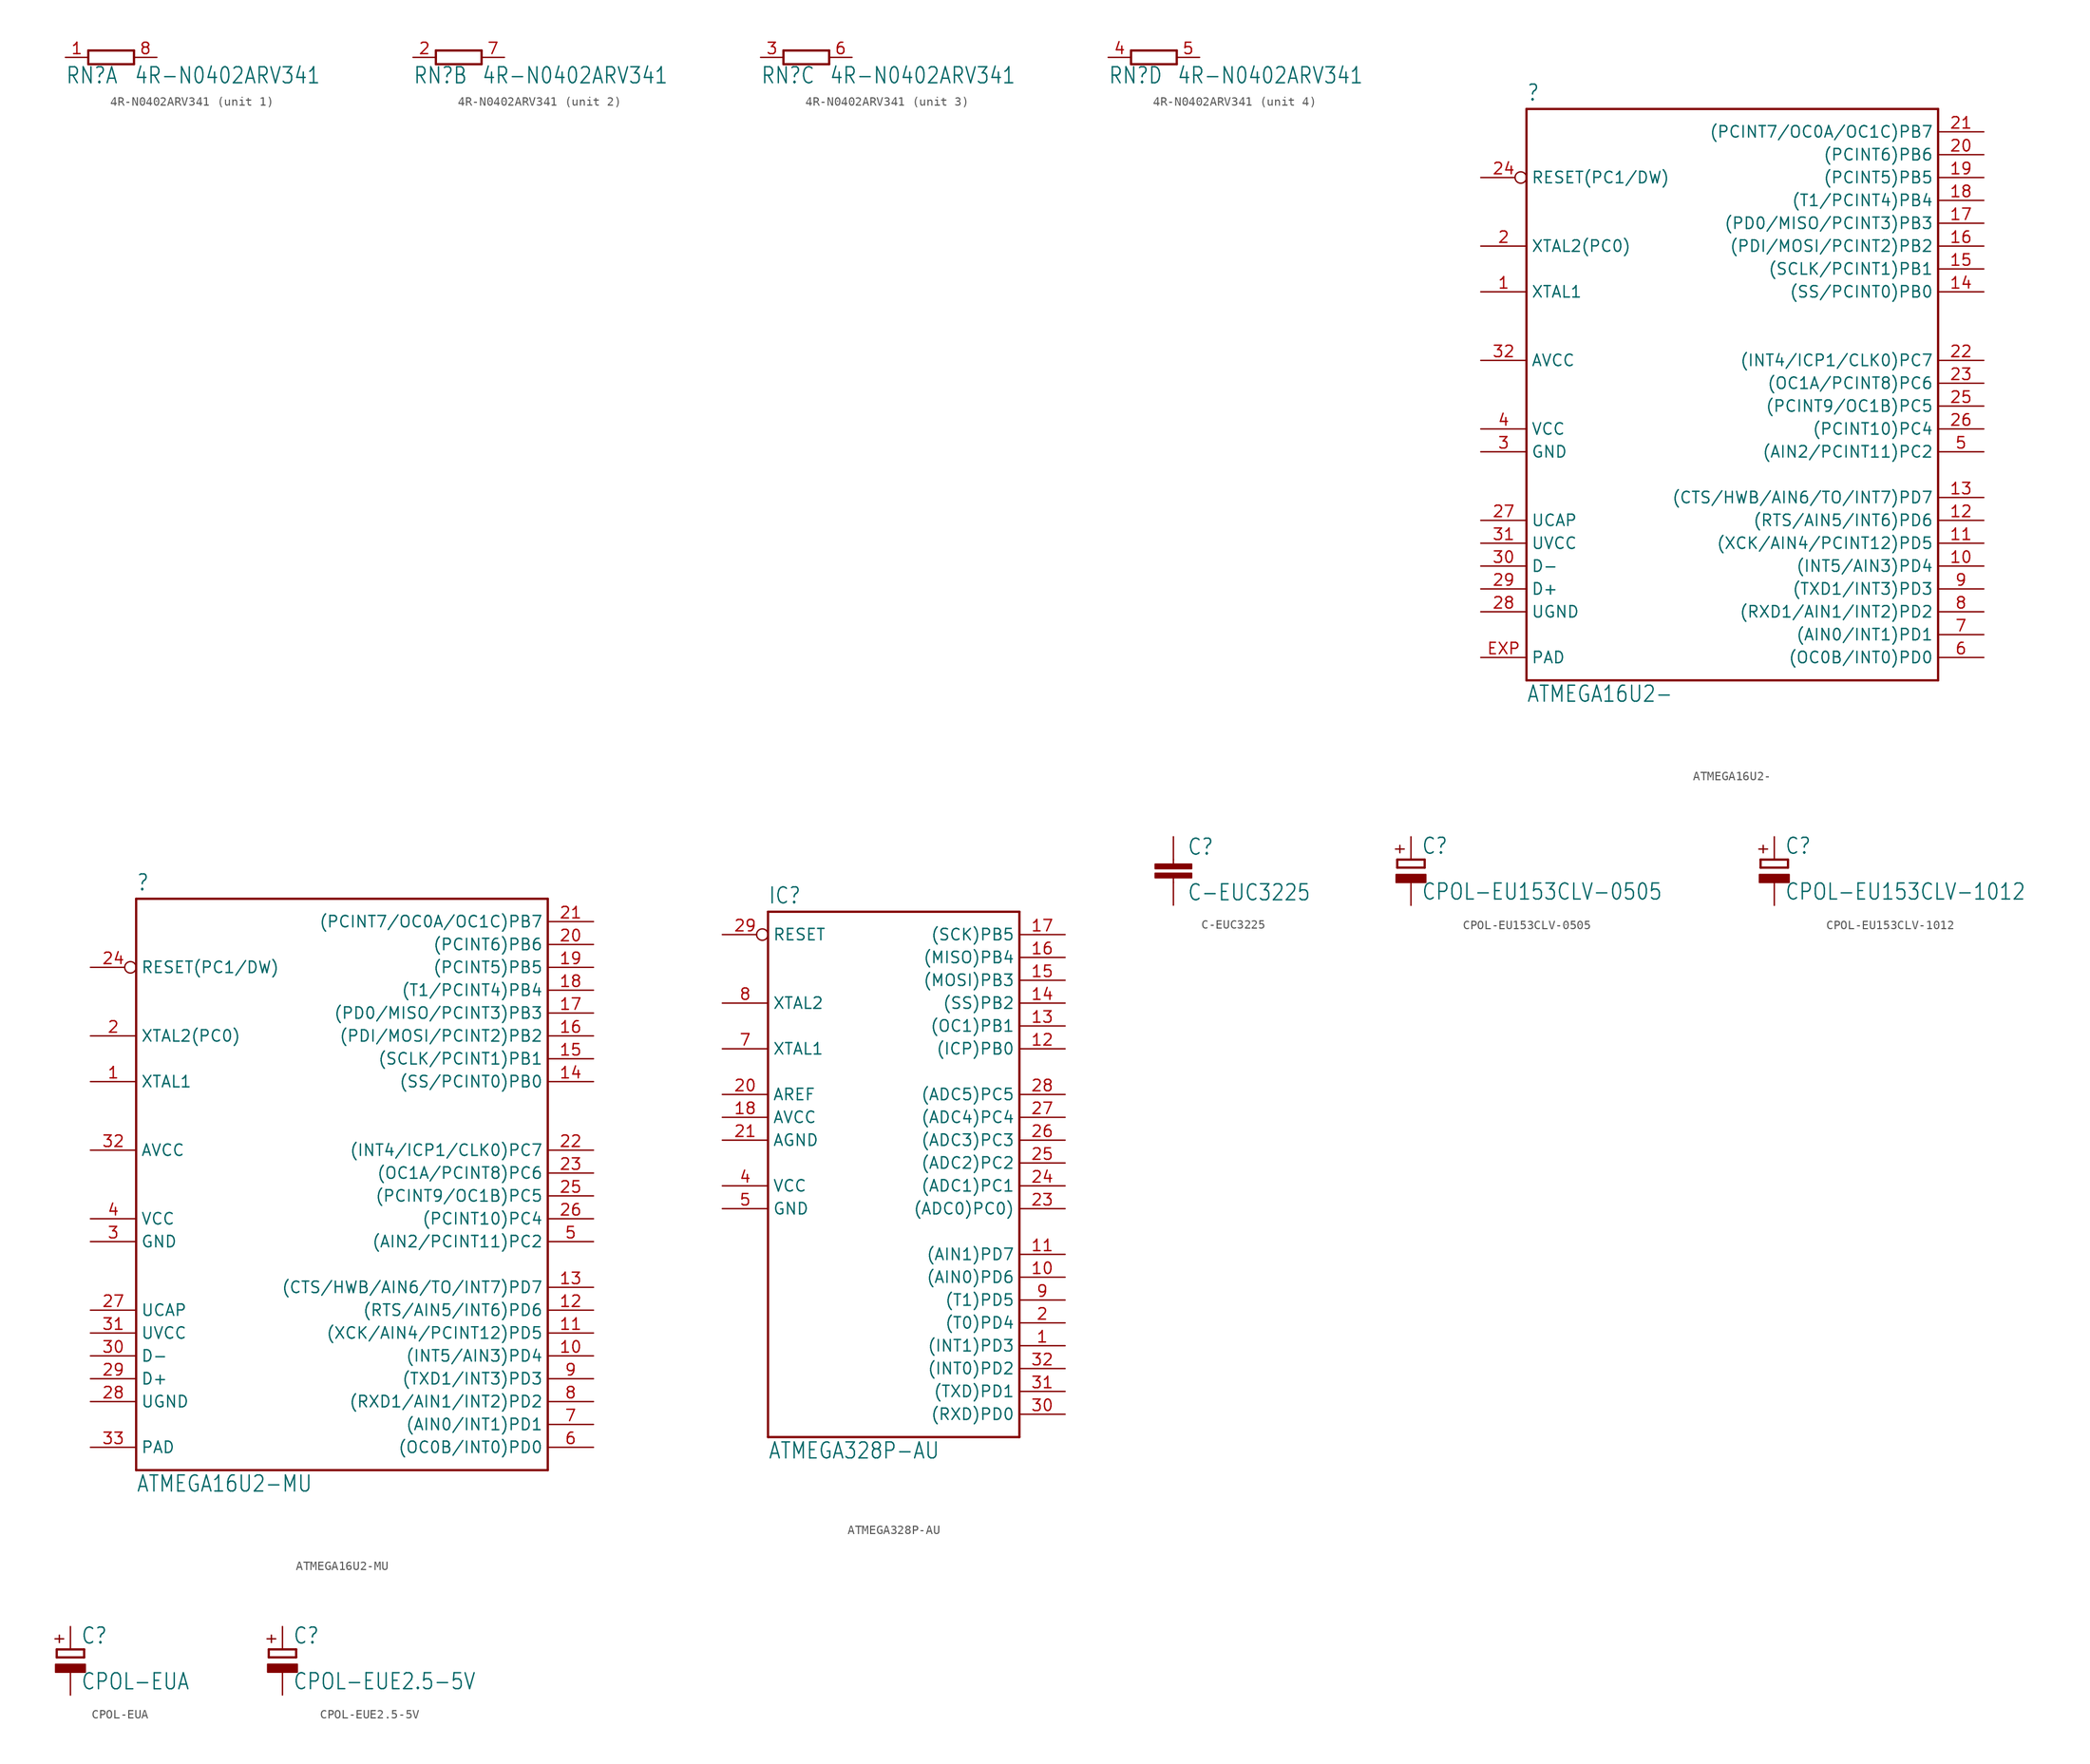
<source format=kicad_sym>
(kicad_symbol_lib
  (version 20211014)
  (generator kicad_symbol_editor)
  (symbol "4R-N0402ARV341"
    (property "Reference" "RN"
      (at -5.08 -3.048 0)
      (effects (font (size 1.778 1.511)) (justify left bottom)))
    (property "Value" "4R-N0402ARV341"
      (at 2.54 -3.048 0)
      (effects (font (size 1.778 1.511)) (justify left bottom)))
    (property "ki_locked" ""
      (at 0 0 0)
      (effects (font (size 1.27 1.27))))
    (symbol "4R-N0402ARV341_1_0"
      (polyline (pts (xy -2.54 -0.762) (xy 2.54 -0.762)) (stroke (width 0.254) (type default) (color 0 0 0 0)) (fill (type none)))
      (polyline (pts (xy -2.54 0.762) (xy -2.54 -0.762)) (stroke (width 0.254) (type default) (color 0 0 0 0)) (fill (type none)))
      (polyline (pts (xy 2.54 -0.762) (xy 2.54 0.762)) (stroke (width 0.254) (type default) (color 0 0 0 0)) (fill (type none)))
      (polyline (pts (xy 2.54 0.762) (xy -2.54 0.762)) (stroke (width 0.254) (type default) (color 0 0 0 0)) (fill (type none)))
      (pin passive line (at -5.08 0 0) (length 2.54) (name "1" (effects (font (size 0 0)))) (number "1" (effects (font (size 1.27 1.27)))))
      (pin passive line (at 5.08 0 180) (length 2.54) (name "2" (effects (font (size 0 0)))) (number "8" (effects (font (size 1.27 1.27))))))
    (symbol "4R-N0402ARV341_2_0"
      (polyline (pts (xy -2.54 -0.762) (xy 2.54 -0.762)) (stroke (width 0.254) (type default) (color 0 0 0 0)) (fill (type none)))
      (polyline (pts (xy -2.54 0.762) (xy -2.54 -0.762)) (stroke (width 0.254) (type default) (color 0 0 0 0)) (fill (type none)))
      (polyline (pts (xy 2.54 -0.762) (xy 2.54 0.762)) (stroke (width 0.254) (type default) (color 0 0 0 0)) (fill (type none)))
      (polyline (pts (xy 2.54 0.762) (xy -2.54 0.762)) (stroke (width 0.254) (type default) (color 0 0 0 0)) (fill (type none)))
      (pin passive line (at -5.08 0 0) (length 2.54) (name "1" (effects (font (size 0 0)))) (number "2" (effects (font (size 1.27 1.27)))))
      (pin passive line (at 5.08 0 180) (length 2.54) (name "2" (effects (font (size 0 0)))) (number "7" (effects (font (size 1.27 1.27))))))
    (symbol "4R-N0402ARV341_3_0"
      (polyline (pts (xy -2.54 -0.762) (xy 2.54 -0.762)) (stroke (width 0.254) (type default) (color 0 0 0 0)) (fill (type none)))
      (polyline (pts (xy -2.54 0.762) (xy -2.54 -0.762)) (stroke (width 0.254) (type default) (color 0 0 0 0)) (fill (type none)))
      (polyline (pts (xy 2.54 -0.762) (xy 2.54 0.762)) (stroke (width 0.254) (type default) (color 0 0 0 0)) (fill (type none)))
      (polyline (pts (xy 2.54 0.762) (xy -2.54 0.762)) (stroke (width 0.254) (type default) (color 0 0 0 0)) (fill (type none)))
      (pin passive line (at -5.08 0 0) (length 2.54) (name "1" (effects (font (size 0 0)))) (number "3" (effects (font (size 1.27 1.27)))))
      (pin passive line (at 5.08 0 180) (length 2.54) (name "2" (effects (font (size 0 0)))) (number "6" (effects (font (size 1.27 1.27))))))
    (symbol "4R-N0402ARV341_4_0"
      (polyline (pts (xy -2.54 -0.762) (xy 2.54 -0.762)) (stroke (width 0.254) (type default) (color 0 0 0 0)) (fill (type none)))
      (polyline (pts (xy -2.54 0.762) (xy -2.54 -0.762)) (stroke (width 0.254) (type default) (color 0 0 0 0)) (fill (type none)))
      (polyline (pts (xy 2.54 -0.762) (xy 2.54 0.762)) (stroke (width 0.254) (type default) (color 0 0 0 0)) (fill (type none)))
      (polyline (pts (xy 2.54 0.762) (xy -2.54 0.762)) (stroke (width 0.254) (type default) (color 0 0 0 0)) (fill (type none)))
      (pin passive line (at -5.08 0 0) (length 2.54) (name "1" (effects (font (size 0 0)))) (number "4" (effects (font (size 1.27 1.27)))))
      (pin passive line (at 5.08 0 180) (length 2.54) (name "2" (effects (font (size 0 0)))) (number "5" (effects (font (size 1.27 1.27)))))))
  (symbol "ATMEGA16U2-"
    (property "Reference" ""
      (at -22.86 33.782 0)
      (effects (font (size 1.778 1.511)) (justify left bottom)))
    (property "Value" "ATMEGA16U2-"
      (at -22.86 -33.02 0)
      (effects (font (size 1.778 1.511)) (justify left bottom)))
    (property "ki_locked" ""
      (at 0 0 0)
      (effects (font (size 1.27 1.27))))
    (symbol "ATMEGA16U2-_1_0"
      (polyline (pts (xy -22.86 -30.48) (xy -22.86 33.02)) (stroke (width 0.254) (type default) (color 0 0 0 0)) (fill (type none)))
      (polyline (pts (xy -22.86 33.02) (xy 22.86 33.02)) (stroke (width 0.254) (type default) (color 0 0 0 0)) (fill (type none)))
      (polyline (pts (xy 22.86 -30.48) (xy -22.86 -30.48)) (stroke (width 0.254) (type default) (color 0 0 0 0)) (fill (type none)))
      (polyline (pts (xy 22.86 33.02) (xy 22.86 -30.48)) (stroke (width 0.254) (type default) (color 0 0 0 0)) (fill (type none)))
      (pin bidirectional line (at -27.94 12.7 0) (length 5.08) (name "XTAL1" (effects (font (size 1.27 1.27)))) (number "1" (effects (font (size 1.27 1.27)))))
      (pin bidirectional line (at 27.94 -17.78 180) (length 5.08) (name "(INT5/AIN3)PD4" (effects (font (size 1.27 1.27)))) (number "10" (effects (font (size 1.27 1.27)))))
      (pin bidirectional line (at 27.94 -15.24 180) (length 5.08) (name "(XCK/AIN4/PCINT12)PD5" (effects (font (size 1.27 1.27)))) (number "11" (effects (font (size 1.27 1.27)))))
      (pin bidirectional line (at 27.94 -12.7 180) (length 5.08) (name "(RTS/AIN5/INT6)PD6" (effects (font (size 1.27 1.27)))) (number "12" (effects (font (size 1.27 1.27)))))
      (pin bidirectional line (at 27.94 -10.16 180) (length 5.08) (name "(CTS/HWB/AIN6/TO/INT7)PD7" (effects (font (size 1.27 1.27)))) (number "13" (effects (font (size 1.27 1.27)))))
      (pin bidirectional line (at 27.94 12.7 180) (length 5.08) (name "(SS/PCINT0)PB0" (effects (font (size 1.27 1.27)))) (number "14" (effects (font (size 1.27 1.27)))))
      (pin bidirectional line (at 27.94 15.24 180) (length 5.08) (name "(SCLK/PCINT1)PB1" (effects (font (size 1.27 1.27)))) (number "15" (effects (font (size 1.27 1.27)))))
      (pin bidirectional line (at 27.94 17.78 180) (length 5.08) (name "(PDI/MOSI/PCINT2)PB2" (effects (font (size 1.27 1.27)))) (number "16" (effects (font (size 1.27 1.27)))))
      (pin bidirectional line (at 27.94 20.32 180) (length 5.08) (name "(PD0/MISO/PCINT3)PB3" (effects (font (size 1.27 1.27)))) (number "17" (effects (font (size 1.27 1.27)))))
      (pin bidirectional line (at 27.94 22.86 180) (length 5.08) (name "(T1/PCINT4)PB4" (effects (font (size 1.27 1.27)))) (number "18" (effects (font (size 1.27 1.27)))))
      (pin bidirectional line (at 27.94 25.4 180) (length 5.08) (name "(PCINT5)PB5" (effects (font (size 1.27 1.27)))) (number "19" (effects (font (size 1.27 1.27)))))
      (pin bidirectional line (at -27.94 17.78 0) (length 5.08) (name "XTAL2(PC0)" (effects (font (size 1.27 1.27)))) (number "2" (effects (font (size 1.27 1.27)))))
      (pin bidirectional line (at 27.94 27.94 180) (length 5.08) (name "(PCINT6)PB6" (effects (font (size 1.27 1.27)))) (number "20" (effects (font (size 1.27 1.27)))))
      (pin bidirectional line (at 27.94 30.48 180) (length 5.08) (name "(PCINT7/OC0A/OC1C)PB7" (effects (font (size 1.27 1.27)))) (number "21" (effects (font (size 1.27 1.27)))))
      (pin bidirectional line (at 27.94 5.08 180) (length 5.08) (name "(INT4/ICP1/CLK0)PC7" (effects (font (size 1.27 1.27)))) (number "22" (effects (font (size 1.27 1.27)))))
      (pin bidirectional line (at 27.94 2.54 180) (length 5.08) (name "(OC1A/PCINT8)PC6" (effects (font (size 1.27 1.27)))) (number "23" (effects (font (size 1.27 1.27)))))
      (pin input inverted (at -27.94 25.4 0) (length 5.08) (name "RESET(PC1/DW)" (effects (font (size 1.27 1.27)))) (number "24" (effects (font (size 1.27 1.27)))))
      (pin bidirectional line (at 27.94 0 180) (length 5.08) (name "(PCINT9/OC1B)PC5" (effects (font (size 1.27 1.27)))) (number "25" (effects (font (size 1.27 1.27)))))
      (pin bidirectional line (at 27.94 -2.54 180) (length 5.08) (name "(PCINT10)PC4" (effects (font (size 1.27 1.27)))) (number "26" (effects (font (size 1.27 1.27)))))
      (pin passive line (at -27.94 -12.7 0) (length 5.08) (name "UCAP" (effects (font (size 1.27 1.27)))) (number "27" (effects (font (size 1.27 1.27)))))
      (pin power_in line (at -27.94 -22.86 0) (length 5.08) (name "UGND" (effects (font (size 1.27 1.27)))) (number "28" (effects (font (size 1.27 1.27)))))
      (pin bidirectional line (at -27.94 -20.32 0) (length 5.08) (name "D+" (effects (font (size 1.27 1.27)))) (number "29" (effects (font (size 1.27 1.27)))))
      (pin power_in line (at -27.94 -5.08 0) (length 5.08) (name "GND" (effects (font (size 1.27 1.27)))) (number "3" (effects (font (size 1.27 1.27)))))
      (pin bidirectional line (at -27.94 -17.78 0) (length 5.08) (name "D-" (effects (font (size 1.27 1.27)))) (number "30" (effects (font (size 1.27 1.27)))))
      (pin power_in line (at -27.94 -15.24 0) (length 5.08) (name "UVCC" (effects (font (size 1.27 1.27)))) (number "31" (effects (font (size 1.27 1.27)))))
      (pin power_in line (at -27.94 5.08 0) (length 5.08) (name "AVCC" (effects (font (size 1.27 1.27)))) (number "32" (effects (font (size 1.27 1.27)))))
      (pin power_in line (at -27.94 -2.54 0) (length 5.08) (name "VCC" (effects (font (size 1.27 1.27)))) (number "4" (effects (font (size 1.27 1.27)))))
      (pin bidirectional line (at 27.94 -5.08 180) (length 5.08) (name "(AIN2/PCINT11)PC2" (effects (font (size 1.27 1.27)))) (number "5" (effects (font (size 1.27 1.27)))))
      (pin bidirectional line (at 27.94 -27.94 180) (length 5.08) (name "(OC0B/INT0)PD0" (effects (font (size 1.27 1.27)))) (number "6" (effects (font (size 1.27 1.27)))))
      (pin bidirectional line (at 27.94 -25.4 180) (length 5.08) (name "(AIN0/INT1)PD1" (effects (font (size 1.27 1.27)))) (number "7" (effects (font (size 1.27 1.27)))))
      (pin bidirectional line (at 27.94 -22.86 180) (length 5.08) (name "(RXD1/AIN1/INT2)PD2" (effects (font (size 1.27 1.27)))) (number "8" (effects (font (size 1.27 1.27)))))
      (pin bidirectional line (at 27.94 -20.32 180) (length 5.08) (name "(TXD1/INT3)PD3" (effects (font (size 1.27 1.27)))) (number "9" (effects (font (size 1.27 1.27)))))
      (pin power_in line (at -27.94 -27.94 0) (length 5.08) (name "PAD" (effects (font (size 1.27 1.27)))) (number "EXP" (effects (font (size 1.27 1.27)))))))
  (symbol "ATMEGA16U2-MU"
    (property "Reference" ""
      (at -22.86 33.782 0)
      (effects (font (size 1.778 1.511)) (justify left bottom)))
    (property "Value" "ATMEGA16U2-MU"
      (at -22.86 -33.02 0)
      (effects (font (size 1.778 1.511)) (justify left bottom)))
    (property "ki_locked" ""
      (at 0 0 0)
      (effects (font (size 1.27 1.27))))
    (symbol "ATMEGA16U2-MU_1_0"
      (polyline (pts (xy -22.86 -30.48) (xy -22.86 33.02)) (stroke (width 0.254) (type default) (color 0 0 0 0)) (fill (type none)))
      (polyline (pts (xy -22.86 33.02) (xy 22.86 33.02)) (stroke (width 0.254) (type default) (color 0 0 0 0)) (fill (type none)))
      (polyline (pts (xy 22.86 -30.48) (xy -22.86 -30.48)) (stroke (width 0.254) (type default) (color 0 0 0 0)) (fill (type none)))
      (polyline (pts (xy 22.86 33.02) (xy 22.86 -30.48)) (stroke (width 0.254) (type default) (color 0 0 0 0)) (fill (type none)))
      (pin bidirectional line (at -27.94 12.7 0) (length 5.08) (name "XTAL1" (effects (font (size 1.27 1.27)))) (number "1" (effects (font (size 1.27 1.27)))))
      (pin bidirectional line (at 27.94 -17.78 180) (length 5.08) (name "(INT5/AIN3)PD4" (effects (font (size 1.27 1.27)))) (number "10" (effects (font (size 1.27 1.27)))))
      (pin bidirectional line (at 27.94 -15.24 180) (length 5.08) (name "(XCK/AIN4/PCINT12)PD5" (effects (font (size 1.27 1.27)))) (number "11" (effects (font (size 1.27 1.27)))))
      (pin bidirectional line (at 27.94 -12.7 180) (length 5.08) (name "(RTS/AIN5/INT6)PD6" (effects (font (size 1.27 1.27)))) (number "12" (effects (font (size 1.27 1.27)))))
      (pin bidirectional line (at 27.94 -10.16 180) (length 5.08) (name "(CTS/HWB/AIN6/TO/INT7)PD7" (effects (font (size 1.27 1.27)))) (number "13" (effects (font (size 1.27 1.27)))))
      (pin bidirectional line (at 27.94 12.7 180) (length 5.08) (name "(SS/PCINT0)PB0" (effects (font (size 1.27 1.27)))) (number "14" (effects (font (size 1.27 1.27)))))
      (pin bidirectional line (at 27.94 15.24 180) (length 5.08) (name "(SCLK/PCINT1)PB1" (effects (font (size 1.27 1.27)))) (number "15" (effects (font (size 1.27 1.27)))))
      (pin bidirectional line (at 27.94 17.78 180) (length 5.08) (name "(PDI/MOSI/PCINT2)PB2" (effects (font (size 1.27 1.27)))) (number "16" (effects (font (size 1.27 1.27)))))
      (pin bidirectional line (at 27.94 20.32 180) (length 5.08) (name "(PD0/MISO/PCINT3)PB3" (effects (font (size 1.27 1.27)))) (number "17" (effects (font (size 1.27 1.27)))))
      (pin bidirectional line (at 27.94 22.86 180) (length 5.08) (name "(T1/PCINT4)PB4" (effects (font (size 1.27 1.27)))) (number "18" (effects (font (size 1.27 1.27)))))
      (pin bidirectional line (at 27.94 25.4 180) (length 5.08) (name "(PCINT5)PB5" (effects (font (size 1.27 1.27)))) (number "19" (effects (font (size 1.27 1.27)))))
      (pin bidirectional line (at -27.94 17.78 0) (length 5.08) (name "XTAL2(PC0)" (effects (font (size 1.27 1.27)))) (number "2" (effects (font (size 1.27 1.27)))))
      (pin bidirectional line (at 27.94 27.94 180) (length 5.08) (name "(PCINT6)PB6" (effects (font (size 1.27 1.27)))) (number "20" (effects (font (size 1.27 1.27)))))
      (pin bidirectional line (at 27.94 30.48 180) (length 5.08) (name "(PCINT7/OC0A/OC1C)PB7" (effects (font (size 1.27 1.27)))) (number "21" (effects (font (size 1.27 1.27)))))
      (pin bidirectional line (at 27.94 5.08 180) (length 5.08) (name "(INT4/ICP1/CLK0)PC7" (effects (font (size 1.27 1.27)))) (number "22" (effects (font (size 1.27 1.27)))))
      (pin bidirectional line (at 27.94 2.54 180) (length 5.08) (name "(OC1A/PCINT8)PC6" (effects (font (size 1.27 1.27)))) (number "23" (effects (font (size 1.27 1.27)))))
      (pin input inverted (at -27.94 25.4 0) (length 5.08) (name "RESET(PC1/DW)" (effects (font (size 1.27 1.27)))) (number "24" (effects (font (size 1.27 1.27)))))
      (pin bidirectional line (at 27.94 0 180) (length 5.08) (name "(PCINT9/OC1B)PC5" (effects (font (size 1.27 1.27)))) (number "25" (effects (font (size 1.27 1.27)))))
      (pin bidirectional line (at 27.94 -2.54 180) (length 5.08) (name "(PCINT10)PC4" (effects (font (size 1.27 1.27)))) (number "26" (effects (font (size 1.27 1.27)))))
      (pin passive line (at -27.94 -12.7 0) (length 5.08) (name "UCAP" (effects (font (size 1.27 1.27)))) (number "27" (effects (font (size 1.27 1.27)))))
      (pin power_in line (at -27.94 -22.86 0) (length 5.08) (name "UGND" (effects (font (size 1.27 1.27)))) (number "28" (effects (font (size 1.27 1.27)))))
      (pin bidirectional line (at -27.94 -20.32 0) (length 5.08) (name "D+" (effects (font (size 1.27 1.27)))) (number "29" (effects (font (size 1.27 1.27)))))
      (pin power_in line (at -27.94 -5.08 0) (length 5.08) (name "GND" (effects (font (size 1.27 1.27)))) (number "3" (effects (font (size 1.27 1.27)))))
      (pin bidirectional line (at -27.94 -17.78 0) (length 5.08) (name "D-" (effects (font (size 1.27 1.27)))) (number "30" (effects (font (size 1.27 1.27)))))
      (pin power_in line (at -27.94 -15.24 0) (length 5.08) (name "UVCC" (effects (font (size 1.27 1.27)))) (number "31" (effects (font (size 1.27 1.27)))))
      (pin power_in line (at -27.94 5.08 0) (length 5.08) (name "AVCC" (effects (font (size 1.27 1.27)))) (number "32" (effects (font (size 1.27 1.27)))))
      (pin power_in line (at -27.94 -27.94 0) (length 5.08) (name "PAD" (effects (font (size 1.27 1.27)))) (number "33" (effects (font (size 1.27 1.27)))))
      (pin power_in line (at -27.94 -2.54 0) (length 5.08) (name "VCC" (effects (font (size 1.27 1.27)))) (number "4" (effects (font (size 1.27 1.27)))))
      (pin bidirectional line (at 27.94 -5.08 180) (length 5.08) (name "(AIN2/PCINT11)PC2" (effects (font (size 1.27 1.27)))) (number "5" (effects (font (size 1.27 1.27)))))
      (pin bidirectional line (at 27.94 -27.94 180) (length 5.08) (name "(OC0B/INT0)PD0" (effects (font (size 1.27 1.27)))) (number "6" (effects (font (size 1.27 1.27)))))
      (pin bidirectional line (at 27.94 -25.4 180) (length 5.08) (name "(AIN0/INT1)PD1" (effects (font (size 1.27 1.27)))) (number "7" (effects (font (size 1.27 1.27)))))
      (pin bidirectional line (at 27.94 -22.86 180) (length 5.08) (name "(RXD1/AIN1/INT2)PD2" (effects (font (size 1.27 1.27)))) (number "8" (effects (font (size 1.27 1.27)))))
      (pin bidirectional line (at 27.94 -20.32 180) (length 5.08) (name "(TXD1/INT3)PD3" (effects (font (size 1.27 1.27)))) (number "9" (effects (font (size 1.27 1.27)))))))
  (symbol "ATMEGA328P-AU"
    (property "Reference" "IC"
      (at -15.24 28.702 0)
      (effects (font (size 1.778 1.511)) (justify left bottom)))
    (property "Value" "ATMEGA328P-AU"
      (at -15.24 -33.02 0)
      (effects (font (size 1.778 1.511)) (justify left bottom)))
    (property "ki_locked" ""
      (at 0 0 0)
      (effects (font (size 1.27 1.27))))
    (symbol "ATMEGA328P-AU_1_0"
      (polyline (pts (xy -15.24 -30.48) (xy -15.24 27.94)) (stroke (width 0.254) (type default) (color 0 0 0 0)) (fill (type none)))
      (polyline (pts (xy -15.24 27.94) (xy 12.7 27.94)) (stroke (width 0.254) (type default) (color 0 0 0 0)) (fill (type none)))
      (polyline (pts (xy 12.7 -30.48) (xy -15.24 -30.48)) (stroke (width 0.254) (type default) (color 0 0 0 0)) (fill (type none)))
      (polyline (pts (xy 12.7 27.94) (xy 12.7 -30.48)) (stroke (width 0.254) (type default) (color 0 0 0 0)) (fill (type none)))
      (pin bidirectional line (at 17.78 -20.32 180) (length 5.08) (name "(INT1)PD3" (effects (font (size 1.27 1.27)))) (number "1" (effects (font (size 1.27 1.27)))))
      (pin bidirectional line (at 17.78 -12.7 180) (length 5.08) (name "(AIN0)PD6" (effects (font (size 1.27 1.27)))) (number "10" (effects (font (size 1.27 1.27)))))
      (pin bidirectional line (at 17.78 -10.16 180) (length 5.08) (name "(AIN1)PD7" (effects (font (size 1.27 1.27)))) (number "11" (effects (font (size 1.27 1.27)))))
      (pin bidirectional line (at 17.78 12.7 180) (length 5.08) (name "(ICP)PB0" (effects (font (size 1.27 1.27)))) (number "12" (effects (font (size 1.27 1.27)))))
      (pin bidirectional line (at 17.78 15.24 180) (length 5.08) (name "(OC1)PB1" (effects (font (size 1.27 1.27)))) (number "13" (effects (font (size 1.27 1.27)))))
      (pin bidirectional line (at 17.78 17.78 180) (length 5.08) (name "(SS)PB2" (effects (font (size 1.27 1.27)))) (number "14" (effects (font (size 1.27 1.27)))))
      (pin bidirectional line (at 17.78 20.32 180) (length 5.08) (name "(MOSI)PB3" (effects (font (size 1.27 1.27)))) (number "15" (effects (font (size 1.27 1.27)))))
      (pin bidirectional line (at 17.78 22.86 180) (length 5.08) (name "(MISO)PB4" (effects (font (size 1.27 1.27)))) (number "16" (effects (font (size 1.27 1.27)))))
      (pin bidirectional line (at 17.78 25.4 180) (length 5.08) (name "(SCK)PB5" (effects (font (size 1.27 1.27)))) (number "17" (effects (font (size 1.27 1.27)))))
      (pin power_in line (at -20.32 5.08 0) (length 5.08) (name "AVCC" (effects (font (size 1.27 1.27)))) (number "18" (effects (font (size 1.27 1.27)))))
      (pin bidirectional line (at 17.78 -17.78 180) (length 5.08) (name "(T0)PD4" (effects (font (size 1.27 1.27)))) (number "2" (effects (font (size 1.27 1.27)))))
      (pin passive line (at -20.32 7.62 0) (length 5.08) (name "AREF" (effects (font (size 1.27 1.27)))) (number "20" (effects (font (size 1.27 1.27)))))
      (pin power_in line (at -20.32 2.54 0) (length 5.08) (name "AGND" (effects (font (size 1.27 1.27)))) (number "21" (effects (font (size 1.27 1.27)))))
      (pin bidirectional line (at 17.78 -5.08 180) (length 5.08) (name "(ADC0)PC0)" (effects (font (size 1.27 1.27)))) (number "23" (effects (font (size 1.27 1.27)))))
      (pin bidirectional line (at 17.78 -2.54 180) (length 5.08) (name "(ADC1)PC1" (effects (font (size 1.27 1.27)))) (number "24" (effects (font (size 1.27 1.27)))))
      (pin bidirectional line (at 17.78 0 180) (length 5.08) (name "(ADC2)PC2" (effects (font (size 1.27 1.27)))) (number "25" (effects (font (size 1.27 1.27)))))
      (pin bidirectional line (at 17.78 2.54 180) (length 5.08) (name "(ADC3)PC3" (effects (font (size 1.27 1.27)))) (number "26" (effects (font (size 1.27 1.27)))))
      (pin bidirectional line (at 17.78 5.08 180) (length 5.08) (name "(ADC4)PC4" (effects (font (size 1.27 1.27)))) (number "27" (effects (font (size 1.27 1.27)))))
      (pin bidirectional line (at 17.78 7.62 180) (length 5.08) (name "(ADC5)PC5" (effects (font (size 1.27 1.27)))) (number "28" (effects (font (size 1.27 1.27)))))
      (pin input inverted (at -20.32 25.4 0) (length 5.08) (name "RESET" (effects (font (size 1.27 1.27)))) (number "29" (effects (font (size 1.27 1.27)))))
      (pin bidirectional line (at 17.78 -27.94 180) (length 5.08) (name "(RXD)PD0" (effects (font (size 1.27 1.27)))) (number "30" (effects (font (size 1.27 1.27)))))
      (pin bidirectional line (at 17.78 -25.4 180) (length 5.08) (name "(TXD)PD1" (effects (font (size 1.27 1.27)))) (number "31" (effects (font (size 1.27 1.27)))))
      (pin bidirectional line (at 17.78 -22.86 180) (length 5.08) (name "(INT0)PD2" (effects (font (size 1.27 1.27)))) (number "32" (effects (font (size 1.27 1.27)))))
      (pin power_in line (at -20.32 -2.54 0) (length 5.08) (name "VCC" (effects (font (size 1.27 1.27)))) (number "4" (effects (font (size 1.27 1.27)))))
      (pin power_in line (at -20.32 -5.08 0) (length 5.08) (name "GND" (effects (font (size 1.27 1.27)))) (number "5" (effects (font (size 1.27 1.27)))))
      (pin bidirectional line (at -20.32 12.7 0) (length 5.08) (name "XTAL1" (effects (font (size 1.27 1.27)))) (number "7" (effects (font (size 1.27 1.27)))))
      (pin bidirectional line (at -20.32 17.78 0) (length 5.08) (name "XTAL2" (effects (font (size 1.27 1.27)))) (number "8" (effects (font (size 1.27 1.27)))))
      (pin bidirectional line (at 17.78 -15.24 180) (length 5.08) (name "(T1)PD5" (effects (font (size 1.27 1.27)))) (number "9" (effects (font (size 1.27 1.27)))))))
  (symbol "C-EUC3225"
    (property "Reference" "C"
      (at 1.524 0.381 0)
      (effects (font (size 1.778 1.511)) (justify left bottom)))
    (property "Value" "C-EUC3225"
      (at 1.524 -4.699 0)
      (effects (font (size 1.778 1.511)) (justify left bottom)))
    (property "ki_locked" ""
      (at 0 0 0)
      (effects (font (size 1.27 1.27))))
    (symbol "C-EUC3225_1_0"
      (rectangle (start -2.032 -2.032) (end 2.032 -1.524) (stroke (width 0) (type default) (color 0 0 0 0)) (fill (type outline)))
      (rectangle (start -2.032 -1.016) (end 2.032 -0.508) (stroke (width 0) (type default) (color 0 0 0 0)) (fill (type outline)))
      (polyline (pts (xy 0 -2.54) (xy 0 -2.032)) (stroke (width 0.152) (type default) (color 0 0 0 0)) (fill (type none)))
      (polyline (pts (xy 0 0) (xy 0 -0.508)) (stroke (width 0.152) (type default) (color 0 0 0 0)) (fill (type none)))
      (pin passive line (at 0 2.54 270) (length 2.54) (name "1" (effects (font (size 0 0)))) (number "1" (effects (font (size 0 0)))))
      (pin passive line (at 0 -5.08 90) (length 2.54) (name "2" (effects (font (size 0 0)))) (number "2" (effects (font (size 0 0)))))))
  (symbol "CPOL-EU153CLV-0505"
    (property "Reference" "C"
      (at 1.143 0.483 0)
      (effects (font (size 1.778 1.511)) (justify left bottom)))
    (property "Value" "CPOL-EU153CLV-0505"
      (at 1.143 -4.597 0)
      (effects (font (size 1.778 1.511)) (justify left bottom)))
    (property "ki_locked" ""
      (at 0 0 0)
      (effects (font (size 1.27 1.27))))
    (symbol "CPOL-EU153CLV-0505_1_0"
      (rectangle (start -1.651 -2.54) (end 1.651 -1.651) (stroke (width 0) (type default) (color 0 0 0 0)) (fill (type outline)))
      (polyline (pts (xy -1.524 -0.889) (xy 1.524 -0.889)) (stroke (width 0.254) (type default) (color 0 0 0 0)) (fill (type none)))
      (polyline (pts (xy -1.524 0) (xy -1.524 -0.889)) (stroke (width 0.254) (type default) (color 0 0 0 0)) (fill (type none)))
      (polyline (pts (xy -1.524 0) (xy 1.524 0)) (stroke (width 0.254) (type default) (color 0 0 0 0)) (fill (type none)))
      (polyline (pts (xy 1.524 -0.889) (xy 1.524 0)) (stroke (width 0.254) (type default) (color 0 0 0 0)) (fill (type none)))
      (text "+" (at -0.584 0.406 900) (effects (font (size 1.27 1.079)) (justify left bottom)))
      (pin passive line (at 0 2.54 270) (length 2.54) (name "+" (effects (font (size 0 0)))) (number "+" (effects (font (size 0 0)))))
      (pin passive line (at 0 -5.08 90) (length 2.54) (name "-" (effects (font (size 0 0)))) (number "-" (effects (font (size 0 0)))))))
  (symbol "CPOL-EU153CLV-1012"
    (property "Reference" "C"
      (at 1.143 0.483 0)
      (effects (font (size 1.778 1.511)) (justify left bottom)))
    (property "Value" "CPOL-EU153CLV-1012"
      (at 1.143 -4.597 0)
      (effects (font (size 1.778 1.511)) (justify left bottom)))
    (property "ki_locked" ""
      (at 0 0 0)
      (effects (font (size 1.27 1.27))))
    (symbol "CPOL-EU153CLV-1012_1_0"
      (rectangle (start -1.651 -2.54) (end 1.651 -1.651) (stroke (width 0) (type default) (color 0 0 0 0)) (fill (type outline)))
      (polyline (pts (xy -1.524 -0.889) (xy 1.524 -0.889)) (stroke (width 0.254) (type default) (color 0 0 0 0)) (fill (type none)))
      (polyline (pts (xy -1.524 0) (xy -1.524 -0.889)) (stroke (width 0.254) (type default) (color 0 0 0 0)) (fill (type none)))
      (polyline (pts (xy -1.524 0) (xy 1.524 0)) (stroke (width 0.254) (type default) (color 0 0 0 0)) (fill (type none)))
      (polyline (pts (xy 1.524 -0.889) (xy 1.524 0)) (stroke (width 0.254) (type default) (color 0 0 0 0)) (fill (type none)))
      (text "+" (at -0.584 0.406 900) (effects (font (size 1.27 1.079)) (justify left bottom)))
      (pin passive line (at 0 2.54 270) (length 2.54) (name "+" (effects (font (size 0 0)))) (number "+" (effects (font (size 0 0)))))
      (pin passive line (at 0 -5.08 90) (length 2.54) (name "-" (effects (font (size 0 0)))) (number "-" (effects (font (size 0 0)))))))
  (symbol "CPOL-EUA"
    (property "Reference" "C"
      (at 1.143 0.483 0)
      (effects (font (size 1.778 1.511)) (justify left bottom)))
    (property "Value" "CPOL-EUA"
      (at 1.143 -4.597 0)
      (effects (font (size 1.778 1.511)) (justify left bottom)))
    (property "ki_locked" ""
      (at 0 0 0)
      (effects (font (size 1.27 1.27))))
    (symbol "CPOL-EUA_1_0"
      (rectangle (start -1.651 -2.54) (end 1.651 -1.651) (stroke (width 0) (type default) (color 0 0 0 0)) (fill (type outline)))
      (polyline (pts (xy -1.524 -0.889) (xy 1.524 -0.889)) (stroke (width 0.254) (type default) (color 0 0 0 0)) (fill (type none)))
      (polyline (pts (xy -1.524 0) (xy -1.524 -0.889)) (stroke (width 0.254) (type default) (color 0 0 0 0)) (fill (type none)))
      (polyline (pts (xy -1.524 0) (xy 1.524 0)) (stroke (width 0.254) (type default) (color 0 0 0 0)) (fill (type none)))
      (polyline (pts (xy 1.524 -0.889) (xy 1.524 0)) (stroke (width 0.254) (type default) (color 0 0 0 0)) (fill (type none)))
      (text "+" (at -0.584 0.406 900) (effects (font (size 1.27 1.079)) (justify left bottom)))
      (pin passive line (at 0 2.54 270) (length 2.54) (name "+" (effects (font (size 0 0)))) (number "+" (effects (font (size 0 0)))))
      (pin passive line (at 0 -5.08 90) (length 2.54) (name "-" (effects (font (size 0 0)))) (number "-" (effects (font (size 0 0)))))))
  (symbol "CPOL-EUE2.5-5V"
    (property "Reference" "C"
      (at 1.143 0.483 0)
      (effects (font (size 1.778 1.511)) (justify left bottom)))
    (property "Value" "CPOL-EUE2.5-5V"
      (at 1.143 -4.597 0)
      (effects (font (size 1.778 1.511)) (justify left bottom)))
    (property "ki_locked" ""
      (at 0 0 0)
      (effects (font (size 1.27 1.27))))
    (symbol "CPOL-EUE2.5-5V_1_0"
      (rectangle (start -1.651 -2.54) (end 1.651 -1.651) (stroke (width 0) (type default) (color 0 0 0 0)) (fill (type outline)))
      (polyline (pts (xy -1.524 -0.889) (xy 1.524 -0.889)) (stroke (width 0.254) (type default) (color 0 0 0 0)) (fill (type none)))
      (polyline (pts (xy -1.524 0) (xy -1.524 -0.889)) (stroke (width 0.254) (type default) (color 0 0 0 0)) (fill (type none)))
      (polyline (pts (xy -1.524 0) (xy 1.524 0)) (stroke (width 0.254) (type default) (color 0 0 0 0)) (fill (type none)))
      (polyline (pts (xy 1.524 -0.889) (xy 1.524 0)) (stroke (width 0.254) (type default) (color 0 0 0 0)) (fill (type none)))
      (text "+" (at -0.584 0.406 900) (effects (font (size 1.27 1.079)) (justify left bottom)))
      (pin passive line (at 0 2.54 270) (length 2.54) (name "+" (effects (font (size 0 0)))) (number "+" (effects (font (size 0 0)))))
      (pin passive line (at 0 -5.08 90) (length 2.54) (name "-" (effects (font (size 0 0)))) (number "-" (effects (font (size 0 0))))))))
</source>
